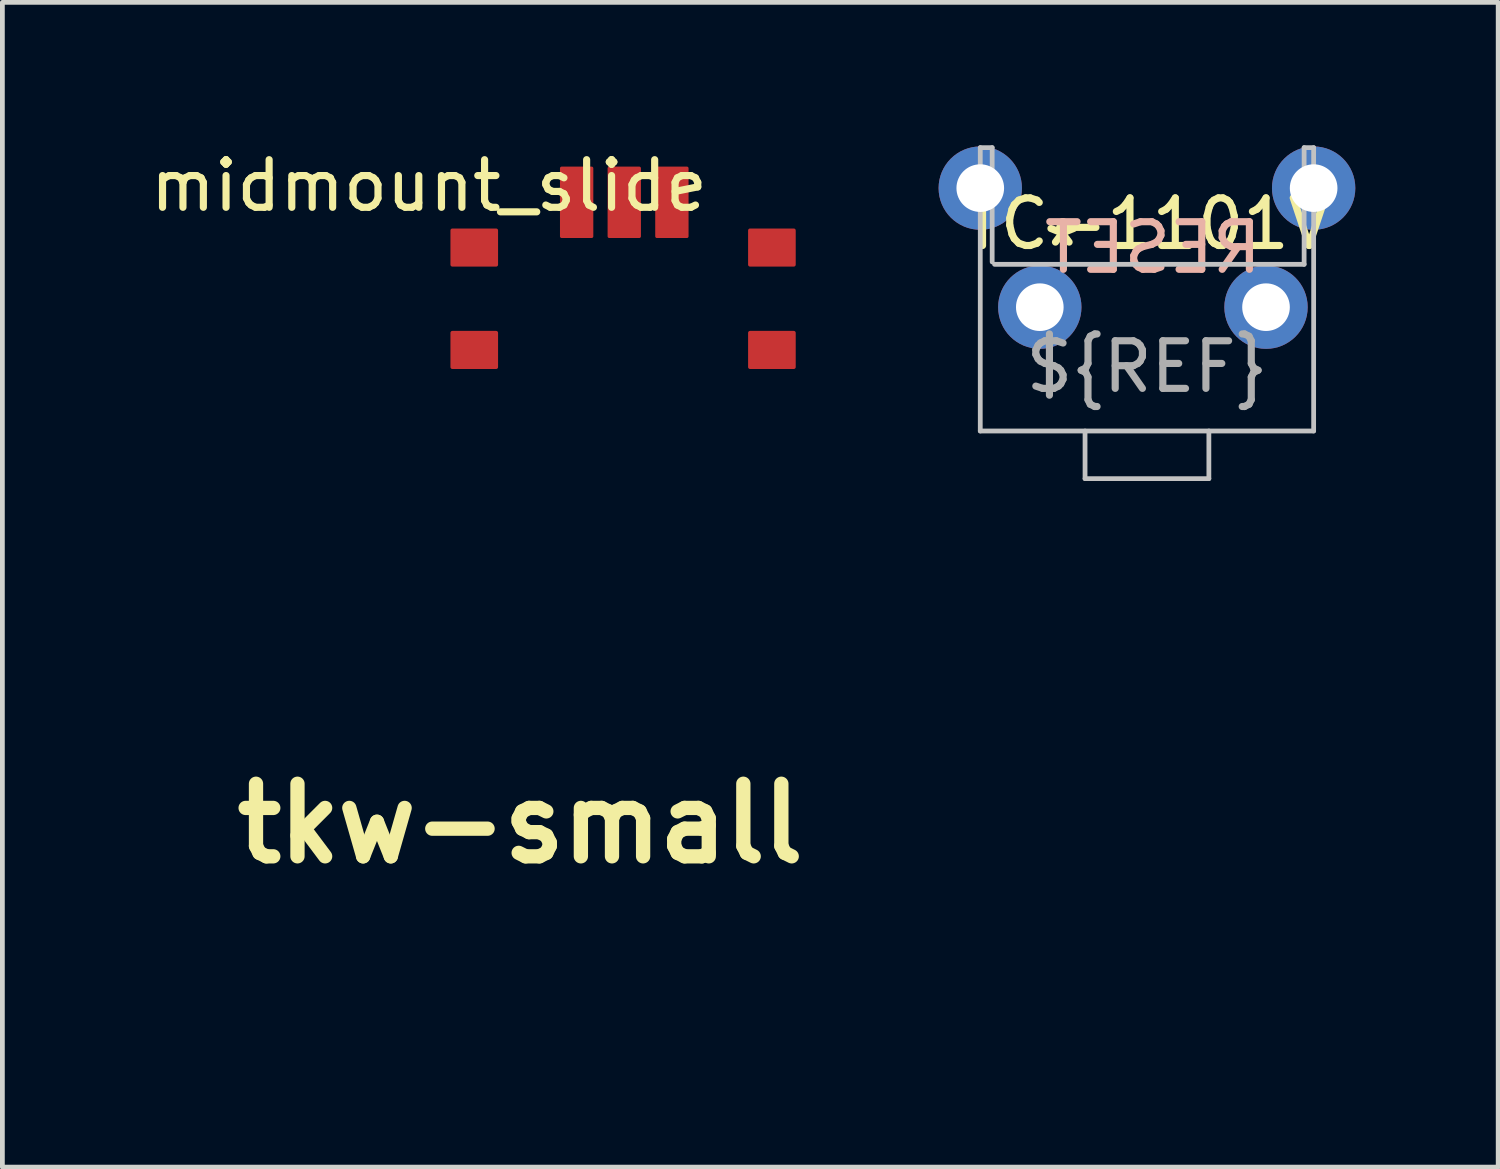
<source format=kicad_pcb>
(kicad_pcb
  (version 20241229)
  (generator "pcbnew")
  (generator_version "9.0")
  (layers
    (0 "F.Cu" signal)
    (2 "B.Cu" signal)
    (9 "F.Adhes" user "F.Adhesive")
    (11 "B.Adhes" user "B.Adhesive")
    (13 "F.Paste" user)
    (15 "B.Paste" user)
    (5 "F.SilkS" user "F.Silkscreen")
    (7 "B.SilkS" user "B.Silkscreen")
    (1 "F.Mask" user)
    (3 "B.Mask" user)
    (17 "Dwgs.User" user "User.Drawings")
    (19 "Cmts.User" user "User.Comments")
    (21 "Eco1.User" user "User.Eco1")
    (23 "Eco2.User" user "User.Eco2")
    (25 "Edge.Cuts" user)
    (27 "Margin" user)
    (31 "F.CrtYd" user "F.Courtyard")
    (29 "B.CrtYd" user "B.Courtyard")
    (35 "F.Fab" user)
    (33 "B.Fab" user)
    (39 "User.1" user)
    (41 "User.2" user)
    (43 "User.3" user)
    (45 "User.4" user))
  (footprint "TC-1101V"
    (layer "F.Cu")
    (at 21.033 2.15)
    (property "Reference" "TC-1101V" (at 0 -0.5 0) (unlocked yes) (layer "F.SilkS") (effects (font (size 1 1) (thickness 0.15))))
    (attr through_hole)
    (fp_line (start -3.5 -2.1) (end -3.25 -2.1) (stroke (width 0.1) (type solid)) (layer "Dwgs.User"))
    (fp_line (start -3.5 3.85) (end -3.5 -2.1) (stroke (width 0.1) (type solid)) (layer "Dwgs.User"))
    (fp_line (start -3.5 3.85) (end 3.5 3.85) (stroke (width 0.1) (type solid)) (layer "Dwgs.User"))
    (fp_line (start -3.25 -2.1) (end -3.25 0.3) (stroke (width 0.1) (type solid)) (layer "Dwgs.User"))
    (fp_line (start -3.2 0.35) (end 3.3 0.35) (stroke (width 0.1) (type solid)) (layer "Dwgs.User"))
    (fp_line (start -1.3 3.85) (end -1.3 4.85) (stroke (width 0.1) (type solid)) (layer "Dwgs.User"))
    (fp_line (start -1.3 4.85) (end 1.3 4.85) (stroke (width 0.1) (type solid)) (layer "Dwgs.User"))
    (fp_line (start 1.3 4.85) (end 1.3 3.85) (stroke (width 0.1) (type solid)) (layer "Dwgs.User"))
    (fp_line (start 3.3 -2.1) (end 3.5 -2.1) (stroke (width 0.1) (type solid)) (layer "Dwgs.User"))
    (fp_line (start 3.3 0.35) (end 3.3 -2.1) (stroke (width 0.1) (type solid)) (layer "Dwgs.User"))
    (fp_line (start 3.5 -2.1) (end 3.5 3.85) (stroke (width 0.1) (type solid)) (layer "Dwgs.User"))
    (fp_text user "*" (at -1.778 0 0) (layer "F.SilkS") (effects (font (size 1 1) (thickness 0.15))))
    (fp_text user "RESET" (at 0.127 0 180) (layer "B.SilkS") (effects (font (size 1 1) (thickness 0.15)) (justify mirror)))
    (fp_text user "${REF}" (at 0 2.5 0) (unlocked yes) (layer "F.Fab") (effects (font (size 1 1) (thickness 0.15))))
    (pad "1" thru_hole circle (at -2.25 1.25) (size 1.75 1.75) (drill 1) (layers "*.Cu" "*.Mask"))
    (pad "2" thru_hole circle (at 2.5 1.25) (size 1.75 1.75) (drill 1) (layers "*.Cu" "*.Mask"))
    (pad "3" thru_hole circle (at -3.5 -1.25) (size 1.75 1.75) (drill 1) (layers "*.Cu" "*.Mask"))
    (pad "3" thru_hole circle (at 3.5 -1.25) (size 1.75 1.75) (drill 1) (layers "*.Cu" "*.Mask")))
  (footprint "midmount_slide"
    (layer "F.Cu")
    (at 8.708 0.698)
    (property "Reference" "midmount_slide" (at -2.75 0.15 0) (unlocked yes) (layer "F.SilkS") (effects (font (size 1 1) (thickness 0.15))))
    (attr smd exclude_from_pos_files exclude_from_bom)
    (fp_line (start -1.25 2.1) (end -1.25 1.3) (stroke (width 0.1) (type solid)) (layer "User.1"))
    (fp_line (start -1.25 2.1) (end -1.25 4) (stroke (width 0.1) (type solid)) (layer "User.1"))
    (fp_line (start -1.25 4) (end 3.9 4) (stroke (width 0.1) (type solid)) (layer "User.1"))
    (fp_line (start 1.35 1.3) (end -1.25 1.3) (stroke (width 0.1) (type solid)) (layer "User.1"))
    (fp_line (start 1.35 1.3) (end 3.9 1.3) (stroke (width 0.1) (type solid)) (layer "User.1"))
    (fp_line (start 3.9 1.3) (end 3.9 1.35) (stroke (width 0.1) (type solid)) (layer "User.1"))
    (fp_line (start 3.9 2.575) (end 3.9 1.325) (stroke (width 0.1) (type solid)) (layer "User.1"))
    (fp_line (start 3.9 2.6) (end 3.9 4) (stroke (width 0.1) (type solid)) (layer "User.1"))
    (pad "1" smd roundrect (at 0.35 0.5 180) (size 0.7 1.5) (layers "F.Cu" "F.Mask" "F.Paste") (roundrect_rratio 0.05))
    (pad "2" smd roundrect (at 1.35 0.5 180) (size 0.7 1.5) (layers "F.Cu" "F.Mask" "F.Paste") (roundrect_rratio 0.05))
    (pad "3" smd roundrect (at 2.35 0.5 180) (size 0.7 1.5) (layers "F.Cu" "F.Mask" "F.Paste") (roundrect_rratio 0.05))
    (pad "4" smd roundrect (at -1.8 1.45) (size 1 0.8) (layers "F.Cu" "F.Mask" "F.Paste") (roundrect_rratio 0.05))
    (pad "4" smd roundrect (at -1.8 3.6) (size 1 0.8) (layers "F.Cu" "F.Mask" "F.Paste") (roundrect_rratio 0.05))
    (pad "4" smd roundrect (at 4.45 1.45) (size 1 0.8) (layers "F.Cu" "F.Mask" "F.Paste") (roundrect_rratio 0.05))
    (pad "4" smd roundrect (at 4.45 3.6) (size 1 0.8) (layers "F.Cu" "F.Mask" "F.Paste") (roundrect_rratio 0.05)))
  (footprint "tkw-small"
    (layer "F.Cu")
    (at 7.877 14.241)
    (property "Reference" "tkw-small" (at 0 0 0) (layer "F.SilkS") (effects (font (size 1.524 1.524) (thickness 0.3))))
    (attr board_only exclude_from_pos_files exclude_from_bom)
    (fp_poly (pts (xy -3.747 -2.629) (xy -3.739 -2.457) (xy -3.731 -2.286) (xy -4.088 -2.286) (xy -4.445 -2.286) (xy -4.445 -0.102) (xy -4.825 -0.102) (xy -4.832 -1.187) (xy -4.839 -2.273) (xy -5.537 -2.287) (xy -5.537 -2.642)) (stroke (width 0) (type solid)) (fill yes) (layer "F.Mask"))
    (fp_poly (pts (xy -0.635 0.711) (xy -0.634 0.885) (xy -0.632 1.04) (xy -0.629 1.171) (xy -0.625 1.269) (xy -0.62 1.33) (xy -0.616 1.346) (xy -0.596 1.326) (xy -0.549 1.271) (xy -0.479 1.186) (xy -0.389 1.075) (xy -0.284 0.943) (xy -0.167 0.795) (xy -0.102 0.712) (xy 0.394 0.078) (xy 0.618 0.077) (xy 0.724 0.079) (xy 0.798 0.086) (xy 0.833 0.096) (xy 0.834 0.1) (xy 0.816 0.126) (xy 0.77 0.185) (xy 0.701 0.272) (xy 0.614 0.381) (xy 0.513 0.505) (xy 0.445 0.588) (xy 0.337 0.72) (xy 0.24 0.838) (xy 0.159 0.938) (xy 0.099 1.014) (xy 0.063 1.06) (xy 0.056 1.071) (xy 0.066 1.096) (xy 0.1 1.16) (xy 0.154 1.257) (xy 0.226 1.382) (xy 0.312 1.529) (xy 0.409 1.694) (xy 0.483 1.819) (xy 0.588 1.994) (xy 0.684 2.156) (xy 0.769 2.3) (xy 0.839 2.42) (xy 0.892 2.51) (xy 0.924 2.566) (xy 0.932 2.582) (xy 0.928 2.599) (xy 0.895 2.609) (xy 0.827 2.615) (xy 0.72 2.616) (xy 0.495 2.616) (xy 0.141 2.019) (xy 0.047 1.863) (xy -0.038 1.722) (xy -0.112 1.601) (xy -0.17 1.508) (xy -0.21 1.446) (xy -0.228 1.422) (xy -0.228 1.422) (xy -0.249 1.441) (xy -0.295 1.491) (xy -0.359 1.566) (xy -0.435 1.658) (xy -0.439 1.663) (xy -0.635 1.903) (xy -0.635 2.616) (xy -0.991 2.616) (xy -0.991 0.076) (xy -0.635 0.076)) (stroke (width 0) (type solid)) (fill yes) (layer "F.Mask"))
    (fp_poly (pts (xy 4.68 -2.637) (xy 4.812 -2.629) (xy 5.056 -1.696) (xy 5.111 -1.487) (xy 5.162 -1.293) (xy 5.208 -1.121) (xy 5.247 -0.975) (xy 5.278 -0.861) (xy 5.3 -0.785) (xy 5.311 -0.752) (xy 5.311 -0.751) (xy 5.319 -0.772) (xy 5.337 -0.838) (xy 5.363 -0.942) (xy 5.396 -1.081) (xy 5.435 -1.247) (xy 5.479 -1.438) (xy 5.526 -1.646) (xy 5.536 -1.69) (xy 5.749 -2.642) (xy 6.14 -2.642) (xy 6.109 -2.508) (xy 6.082 -2.397) (xy 6.048 -2.254) (xy 6.007 -2.085) (xy 5.961 -1.896) (xy 5.911 -1.692) (xy 5.859 -1.48) (xy 5.806 -1.265) (xy 5.754 -1.052) (xy 5.704 -0.848) (xy 5.656 -0.658) (xy 5.614 -0.488) (xy 5.578 -0.343) (xy 5.549 -0.23) (xy 5.53 -0.155) (xy 5.521 -0.122) (xy 5.52 -0.121) (xy 5.491 -0.111) (xy 5.425 -0.105) (xy 5.335 -0.102) (xy 5.325 -0.102) (xy 5.142 -0.102) (xy 5.095 -0.286) (xy 5.057 -0.434) (xy 5.013 -0.6) (xy 4.966 -0.777) (xy 4.918 -0.959) (xy 4.87 -1.139) (xy 4.824 -1.31) (xy 4.782 -1.465) (xy 4.745 -1.599) (xy 4.716 -1.703) (xy 4.696 -1.772) (xy 4.687 -1.798) (xy 4.687 -1.798) (xy 4.675 -1.783) (xy 4.657 -1.731) (xy 4.647 -1.698) (xy 4.632 -1.642) (xy 4.606 -1.546) (xy 4.571 -1.417) (xy 4.529 -1.265) (xy 4.483 -1.098) (xy 4.435 -0.923) (xy 4.387 -0.75) (xy 4.342 -0.586) (xy 4.302 -0.441) (xy 4.27 -0.323) (xy 4.252 -0.26) (xy 4.208 -0.102) (xy 4.021 -0.102) (xy 3.908 -0.106) (xy 3.843 -0.118) (xy 3.824 -0.133) (xy 3.813 -0.173) (xy 3.795 -0.246) (xy 3.775 -0.33) (xy 3.76 -0.392) (xy 3.734 -0.496) (xy 3.7 -0.637) (xy 3.659 -0.807) (xy 3.611 -1.001) (xy 3.56 -1.212) (xy 3.505 -1.433) (xy 3.496 -1.473) (xy 3.442 -1.692) (xy 3.392 -1.899) (xy 3.346 -2.087) (xy 3.307 -2.251) (xy 3.275 -2.386) (xy 3.252 -2.484) (xy 3.239 -2.54) (xy 3.238 -2.546) (xy 3.22 -2.642) (xy 3.602 -2.642) (xy 3.653 -2.419) (xy 3.672 -2.335) (xy 3.7 -2.211) (xy 3.735 -2.054) (xy 3.776 -1.876) (xy 3.819 -1.683) (xy 3.863 -1.486) (xy 3.865 -1.48) (xy 3.906 -1.297) (xy 3.945 -1.131) (xy 3.98 -0.989) (xy 4.008 -0.876) (xy 4.029 -0.799) (xy 4.041 -0.764) (xy 4.043 -0.762) (xy 4.059 -0.784) (xy 4.076 -0.838) (xy 4.078 -0.845) (xy 4.088 -0.89) (xy 4.11 -0.977) (xy 4.141 -1.098) (xy 4.179 -1.246) (xy 4.222 -1.412) (xy 4.268 -1.591) (xy 4.316 -1.773) (xy 4.363 -1.952) (xy 4.407 -2.12) (xy 4.446 -2.269) (xy 4.479 -2.392) (xy 4.503 -2.482) (xy 4.511 -2.51) (xy 4.549 -2.644)) (stroke (width 0) (type solid)) (fill yes) (layer "F.Mask"))
    (fp_poly (pts (xy -2.766 -3.727) (xy -2.692 -3.599) (xy -2.597 -3.434) (xy -2.486 -3.242) (xy -2.364 -3.031) (xy -2.235 -2.808) (xy -2.104 -2.582) (xy -1.977 -2.361) (xy -1.967 -2.343) (xy -1.435 -1.422) (xy 0.051 -1.423) (xy 1.537 -1.423) (xy 2.298 -2.744) (xy 3.059 -4.064) (xy 4.673 -4.064) (xy 6.287 -4.064) (xy 6.416 -3.842) (xy 6.6 -3.525) (xy 6.778 -3.217) (xy 6.949 -2.921) (xy 7.112 -2.639) (xy 7.264 -2.374) (xy 7.404 -2.129) (xy 7.53 -1.908) (xy 7.641 -1.714) (xy 7.734 -1.549) (xy 7.808 -1.416) (xy 7.861 -1.32) (xy 7.892 -1.261) (xy 7.899 -1.245) (xy 7.887 -1.218) (xy 7.851 -1.15) (xy 7.792 -1.044) (xy 7.713 -0.904) (xy 7.616 -0.731) (xy 7.501 -0.53) (xy 7.372 -0.303) (xy 7.229 -0.054) (xy 7.074 0.216) (xy 6.909 0.502) (xy 6.736 0.801) (xy 6.556 1.111) (xy 6.416 1.353) (xy 6.287 1.575) (xy 3.111 1.575) (xy 2.97 1.823) (xy 2.928 1.895) (xy 2.865 2.006) (xy 2.782 2.15) (xy 2.683 2.321) (xy 2.572 2.514) (xy 2.452 2.722) (xy 2.326 2.941) (xy 2.209 3.143) (xy 1.589 4.216) (xy -1.64 4.216) (xy -2.439 2.832) (xy -3.239 1.448) (xy -4.751 1.448) (xy -6.263 1.448) (xy -6.291 1.399) (xy -3.001 1.399) (xy -2.89 1.595) (xy -2.813 1.73) (xy -2.722 1.889) (xy -2.619 2.068) (xy -2.507 2.261) (xy -2.39 2.464) (xy -2.27 2.672) (xy -2.151 2.878) (xy -2.035 3.079) (xy -1.924 3.269) (xy -1.823 3.443) (xy -1.734 3.596) (xy -1.66 3.723) (xy -1.604 3.818) (xy -1.569 3.878) (xy -1.559 3.893) (xy -1.498 3.988) (xy 1.459 3.975) (xy 1.551 3.823) (xy 1.589 3.759) (xy 1.648 3.659) (xy 1.723 3.53) (xy 1.809 3.381) (xy 1.902 3.22) (xy 1.98 3.086) (xy 2.094 2.888) (xy 2.223 2.665) (xy 2.356 2.433) (xy 2.485 2.209) (xy 2.601 2.008) (xy 2.634 1.951) (xy 2.952 1.399) (xy 2.259 0.198) (xy 2.127 -0.031) (xy 2.001 -0.249) (xy 1.883 -0.452) (xy 1.777 -0.636) (xy 1.684 -0.795) (xy 1.608 -0.926) (xy 1.551 -1.023) (xy 1.516 -1.084) (xy 1.506 -1.099) (xy 1.447 -1.194) (xy -0.032 -1.188) (xy -1.51 -1.181) (xy -1.93 -0.455) (xy -2.051 -0.245) (xy -2.183 -0.018) (xy -2.317 0.215) (xy -2.448 0.441) (xy -2.567 0.648) (xy -2.669 0.824) (xy -2.675 0.835) (xy -3.001 1.399) (xy -6.291 1.399) (xy -6.794 0.527) (xy -6.922 0.305) (xy -7.054 0.076) (xy -7.186 -0.151) (xy -7.312 -0.369) (xy -7.428 -0.569) (xy -7.528 -0.742) (xy -7.608 -0.88) (xy -7.612 -0.887) (xy -7.711 -1.06) (xy -7.789 -1.202) (xy -7.843 -1.309) (xy -7.873 -1.378) (xy -7.875 -1.397) (xy -7.606 -1.397) (xy -7.597 -1.365) (xy -7.565 -1.294) (xy -7.51 -1.187) (xy -7.435 -1.048) (xy -7.343 -0.881) (xy -7.235 -0.691) (xy -7.173 -0.584) (xy -7.052 -0.374) (xy -6.923 -0.151) (xy -6.794 0.074) (xy -6.669 0.289) (xy -6.556 0.486) (xy -6.46 0.653) (xy -6.43 0.705) (xy -6.134 1.219) (xy -4.649 1.213) (xy -3.163 1.206) (xy -2.818 0.61) (xy -2.709 0.422) (xy -2.583 0.203) (xy -2.447 -0.032) (xy -2.308 -0.271) (xy -2.176 -0.5) (xy -2.072 -0.679) (xy -1.745 -1.245) (xy 1.697 -1.245) (xy 2.39 -0.045) (xy 2.522 0.184) (xy 2.648 0.402) (xy 2.765 0.605) (xy 2.871 0.788) (xy 2.964 0.948) (xy 3.04 1.078) (xy 3.097 1.176) (xy 3.133 1.236) (xy 3.142 1.251) (xy 3.201 1.347) (xy 6.159 1.333) (xy 6.302 1.092) (xy 6.414 0.902) (xy 6.533 0.698) (xy 6.657 0.484) (xy 6.785 0.264) (xy 6.912 0.043) (xy 7.036 -0.174) (xy 7.155 -0.383) (xy 7.267 -0.58) (xy 7.368 -0.759) (xy 7.457 -0.918) (xy 7.53 -1.05) (xy 7.585 -1.151) (xy 7.619 -1.218) (xy 7.631 -1.244) (xy 7.619 -1.273) (xy 7.583 -1.34) (xy 7.527 -1.443) (xy 7.454 -1.576) (xy 7.365 -1.735) (xy 7.263 -1.916) (xy 7.151 -2.113) (xy 7.031 -2.323) (xy 6.907 -2.541) (xy 6.779 -2.762) (xy 6.652 -2.982) (xy 6.527 -3.197) (xy 6.408 -3.401) (xy 6.302 -3.581) (xy 6.159 -3.823) (xy 4.68 -3.829) (xy 3.201 -3.836) (xy 3.14 -3.74) (xy 3.117 -3.702) (xy 3.071 -3.625) (xy 3.006 -3.514) (xy 2.925 -3.375) (xy 2.83 -3.211) (xy 2.724 -3.029) (xy 2.61 -2.833) (xy 2.492 -2.629) (xy 2.372 -2.422) (xy 2.253 -2.216) (xy 2.139 -2.017) (xy 2.031 -1.829) (xy 1.933 -1.659) (xy 1.848 -1.51) (xy 1.809 -1.442) (xy 1.697 -1.245) (xy -1.745 -1.245) (xy -1.672 -1.371) (xy -1.755 -1.517) (xy -1.798 -1.592) (xy -1.862 -1.705) (xy -1.945 -1.849) (xy -2.042 -2.018) (xy -2.151 -2.206) (xy -2.266 -2.406) (xy -2.386 -2.613) (xy -2.505 -2.82) (xy -2.621 -3.02) (xy -2.73 -3.208) (xy -2.828 -3.377) (xy -2.911 -3.521) (xy -2.977 -3.634) (xy -3.02 -3.708) (xy -3.163 -3.95) (xy -6.134 -3.95) (xy -6.276 -3.708) (xy -6.338 -3.603) (xy -6.416 -3.47) (xy -6.507 -3.313) (xy -6.609 -3.137) (xy -6.718 -2.948) (xy -6.833 -2.751) (xy -6.948 -2.55) (xy -7.063 -2.35) (xy -7.175 -2.156) (xy -7.279 -1.974) (xy -7.374 -1.808) (xy -7.456 -1.664) (xy -7.524 -1.546) (xy -7.573 -1.458) (xy -7.601 -1.408) (xy -7.606 -1.397) (xy -7.875 -1.397) (xy -7.877 -1.407) (xy -7.86 -1.435) (xy -7.82 -1.501) (xy -7.761 -1.602) (xy -7.684 -1.733) (xy -7.594 -1.888) (xy -7.492 -2.063) (xy -7.382 -2.253) (xy -7.342 -2.324) (xy -7.226 -2.524) (xy -7.116 -2.715) (xy -7.014 -2.892) (xy -6.923 -3.049) (xy -6.847 -3.18) (xy -6.788 -3.28) (xy -6.751 -3.343) (xy -6.746 -3.353) (xy -6.704 -3.425) (xy -6.643 -3.53) (xy -6.571 -3.654) (xy -6.494 -3.787) (xy -6.463 -3.842) (xy -6.263 -4.191) (xy -3.034 -4.191)) (stroke (width 0) (type solid)) (fill yes) (layer "F.Mask")))
  (gr_rect
    (start -3 -3)
    (end 28.408 21.457)
    (stroke (width 0.1) (type default))
    (fill no)
    (layer "Edge.Cuts")))
</source>
